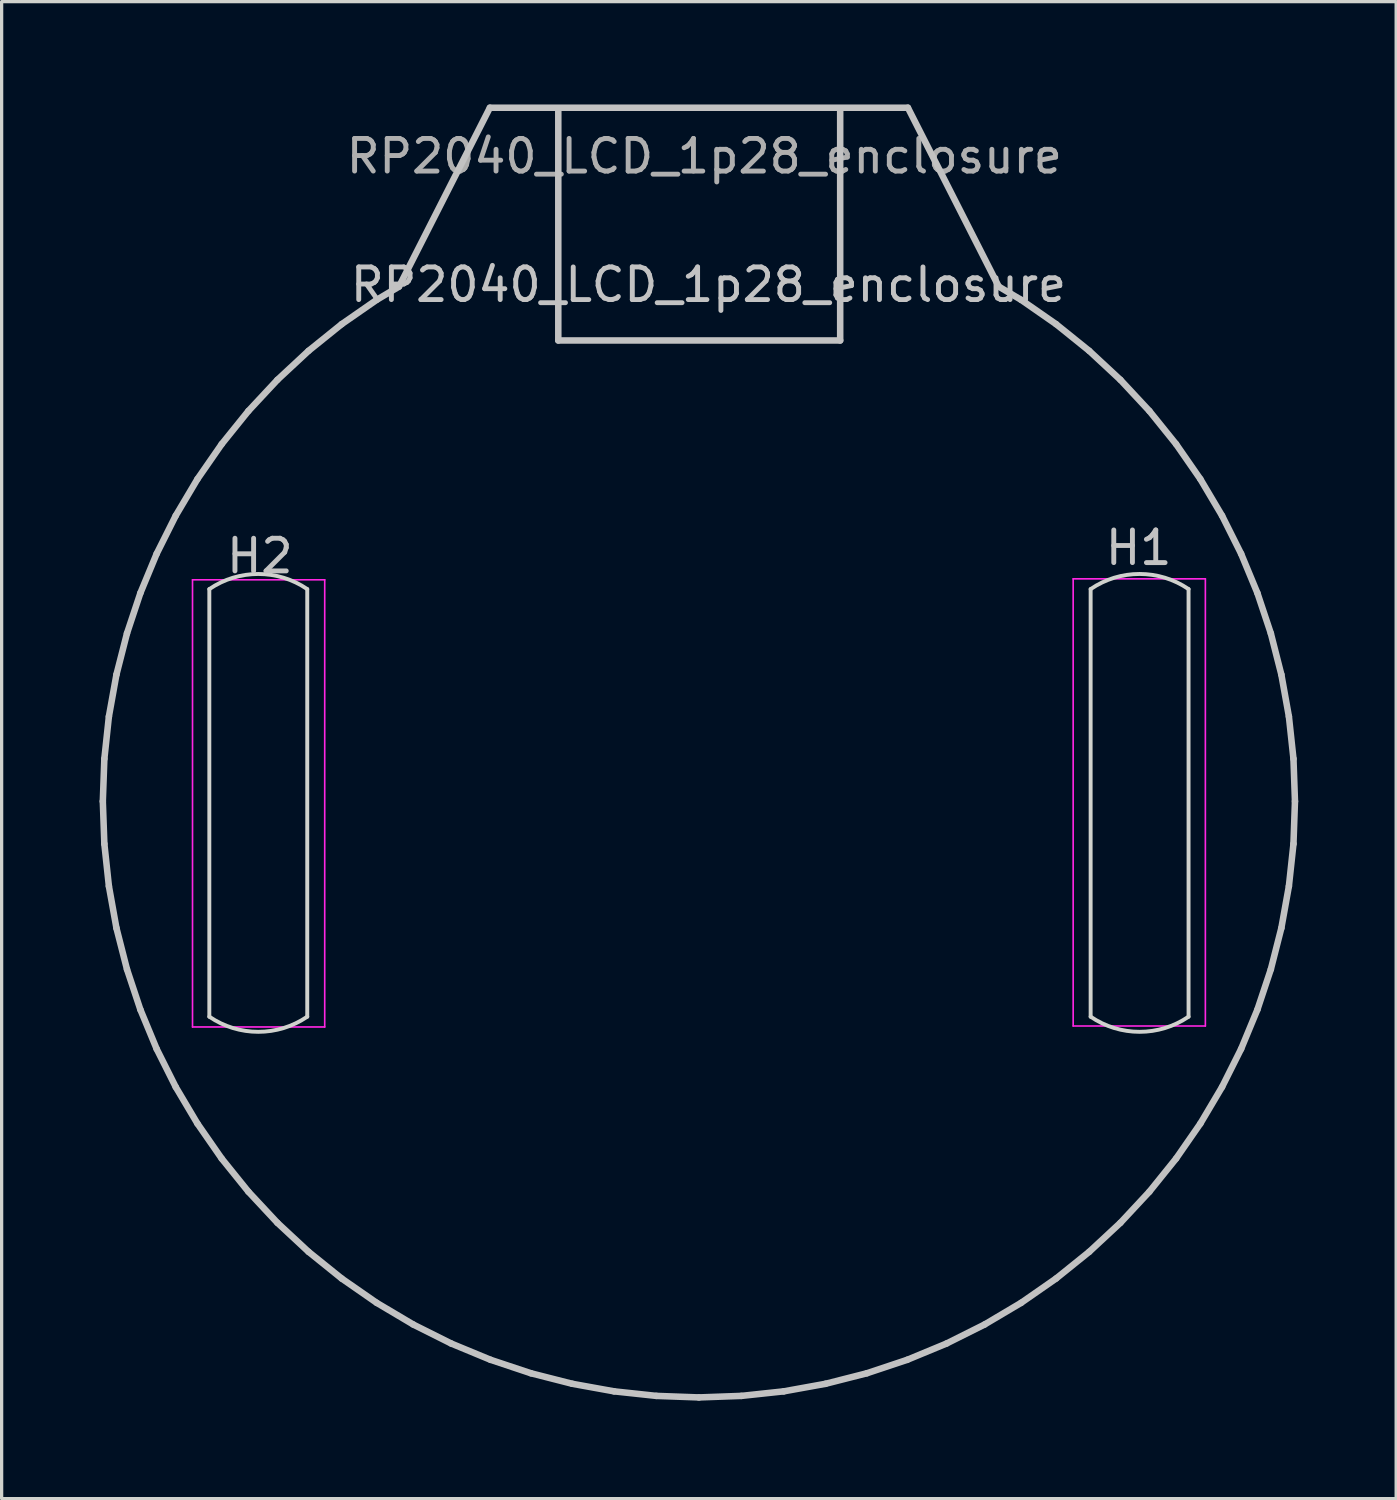
<source format=kicad_pcb>
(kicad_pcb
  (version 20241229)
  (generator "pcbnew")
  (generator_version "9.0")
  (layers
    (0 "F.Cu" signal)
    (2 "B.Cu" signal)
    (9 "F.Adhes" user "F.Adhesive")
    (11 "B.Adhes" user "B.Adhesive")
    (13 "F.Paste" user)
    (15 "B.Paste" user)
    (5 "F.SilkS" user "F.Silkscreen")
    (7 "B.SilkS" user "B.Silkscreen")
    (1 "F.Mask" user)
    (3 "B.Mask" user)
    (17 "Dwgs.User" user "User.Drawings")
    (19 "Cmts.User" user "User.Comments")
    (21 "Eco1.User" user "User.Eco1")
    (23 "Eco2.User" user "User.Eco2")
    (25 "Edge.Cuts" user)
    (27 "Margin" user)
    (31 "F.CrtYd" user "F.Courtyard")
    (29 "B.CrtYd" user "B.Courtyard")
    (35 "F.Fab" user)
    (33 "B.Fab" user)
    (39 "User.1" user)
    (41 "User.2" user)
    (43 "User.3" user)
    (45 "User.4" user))
  (footprint "RP2040_LCD_1p28_enclosure"
    (layer "F.Cu")
    (at 11.958 0.25)
    (property "Reference" "RP2040_LCD_1p28_enclosure" (at 6.697 5.423 0) (unlocked yes) (layer "Dwgs.User") (effects (font (size 1 1) (thickness 0.15))))
    (attr through_hole)
    (fp_line (start -11.858 21.25) (end -11.811 19.947) (stroke (width 0.2) (type solid)) (layer "Dwgs.User"))
    (fp_line (start -11.811 19.947) (end -11.672 18.651) (stroke (width 0.2) (type solid)) (layer "Dwgs.User"))
    (fp_line (start -11.811 22.553) (end -11.858 21.25) (stroke (width 0.2) (type solid)) (layer "Dwgs.User"))
    (fp_line (start -11.672 18.651) (end -11.441 17.368) (stroke (width 0.2) (type solid)) (layer "Dwgs.User"))
    (fp_line (start -11.672 23.849) (end -11.811 22.553) (stroke (width 0.2) (type solid)) (layer "Dwgs.User"))
    (fp_line (start -11.441 17.368) (end -11.118 16.105) (stroke (width 0.2) (type solid)) (layer "Dwgs.User"))
    (fp_line (start -11.441 25.132) (end -11.672 23.849) (stroke (width 0.2) (type solid)) (layer "Dwgs.User"))
    (fp_line (start -11.118 16.105) (end -10.707 14.868) (stroke (width 0.2) (type solid)) (layer "Dwgs.User"))
    (fp_line (start -11.118 26.395) (end -11.441 25.132) (stroke (width 0.2) (type solid)) (layer "Dwgs.User"))
    (fp_line (start -10.707 14.868) (end -10.208 13.664) (stroke (width 0.2) (type solid)) (layer "Dwgs.User"))
    (fp_line (start -10.707 27.632) (end -11.118 26.395) (stroke (width 0.2) (type solid)) (layer "Dwgs.User"))
    (fp_line (start -10.208 13.664) (end -9.624 12.498) (stroke (width 0.2) (type solid)) (layer "Dwgs.User"))
    (fp_line (start -10.208 28.836) (end -10.707 27.632) (stroke (width 0.2) (type solid)) (layer "Dwgs.User"))
    (fp_line (start -9.624 12.498) (end -8.959 11.377) (stroke (width 0.2) (type solid)) (layer "Dwgs.User"))
    (fp_line (start -9.624 30.002) (end -10.208 28.836) (stroke (width 0.2) (type solid)) (layer "Dwgs.User"))
    (fp_line (start -8.959 11.377) (end -8.216 10.306) (stroke (width 0.2) (type solid)) (layer "Dwgs.User"))
    (fp_line (start -8.959 31.123) (end -9.624 30.002) (stroke (width 0.2) (type solid)) (layer "Dwgs.User"))
    (fp_line (start -8.216 10.306) (end -7.398 9.291) (stroke (width 0.2) (type solid)) (layer "Dwgs.User"))
    (fp_line (start -8.216 32.194) (end -8.959 31.123) (stroke (width 0.2) (type solid)) (layer "Dwgs.User"))
    (fp_line (start -7.398 9.291) (end -6.509 8.337) (stroke (width 0.2) (type solid)) (layer "Dwgs.User"))
    (fp_line (start -7.398 33.209) (end -8.216 32.194) (stroke (width 0.2) (type solid)) (layer "Dwgs.User"))
    (fp_line (start -6.509 8.337) (end -5.555 7.449) (stroke (width 0.2) (type solid)) (layer "Dwgs.User"))
    (fp_line (start -6.509 34.163) (end -7.398 33.209) (stroke (width 0.2) (type solid)) (layer "Dwgs.User"))
    (fp_line (start -5.555 7.449) (end -4.54 6.631) (stroke (width 0.2) (type solid)) (layer "Dwgs.User"))
    (fp_line (start -5.555 35.051) (end -6.509 34.163) (stroke (width 0.2) (type solid)) (layer "Dwgs.User"))
    (fp_line (start -4.54 6.631) (end -3.469 5.887) (stroke (width 0.2) (type solid)) (layer "Dwgs.User"))
    (fp_line (start -4.54 35.869) (end -5.555 35.051) (stroke (width 0.2) (type solid)) (layer "Dwgs.User"))
    (fp_line (start -3.469 5.887) (end -2.784 5.481) (stroke (width 0.2) (type solid)) (layer "Dwgs.User"))
    (fp_line (start -3.469 36.613) (end -4.54 35.869) (stroke (width 0.2) (type solid)) (layer "Dwgs.User"))
    (fp_line (start -2.784 5.481) (end 0 0) (stroke (width 0.2) (type solid)) (layer "Dwgs.User"))
    (fp_line (start -2.348 37.278) (end -3.469 36.613) (stroke (width 0.2) (type solid)) (layer "Dwgs.User"))
    (fp_line (start -1.183 37.861) (end -2.348 37.278) (stroke (width 0.2) (type solid)) (layer "Dwgs.User"))
    (fp_line (start 0 0) (end 12.807 0) (stroke (width 0.2) (type solid)) (layer "Dwgs.User"))
    (fp_line (start 0.022 38.36) (end -1.183 37.861) (stroke (width 0.2) (type solid)) (layer "Dwgs.User"))
    (fp_line (start 1.259 38.772) (end 0.022 38.36) (stroke (width 0.2) (type solid)) (layer "Dwgs.User"))
    (fp_line (start 2.096 7.131) (end 2.096 0.019) (stroke (width 0.2) (type solid)) (layer "Dwgs.User"))
    (fp_line (start 2.522 39.094) (end 1.259 38.772) (stroke (width 0.2) (type solid)) (layer "Dwgs.User"))
    (fp_line (start 3.805 39.326) (end 2.522 39.094) (stroke (width 0.2) (type solid)) (layer "Dwgs.User"))
    (fp_line (start 5.101 39.465) (end 3.805 39.326) (stroke (width 0.2) (type solid)) (layer "Dwgs.User"))
    (fp_line (start 6.404 39.512) (end 5.101 39.465) (stroke (width 0.2) (type solid)) (layer "Dwgs.User"))
    (fp_line (start 7.706 39.465) (end 6.404 39.512) (stroke (width 0.2) (type solid)) (layer "Dwgs.User"))
    (fp_line (start 9.003 39.326) (end 7.706 39.465) (stroke (width 0.2) (type solid)) (layer "Dwgs.User"))
    (fp_line (start 10.285 39.094) (end 9.003 39.326) (stroke (width 0.2) (type solid)) (layer "Dwgs.User"))
    (fp_line (start 10.732 0.019) (end 10.732 7.131) (stroke (width 0.2) (type solid)) (layer "Dwgs.User"))
    (fp_line (start 10.732 7.131) (end 2.096 7.131) (stroke (width 0.2) (type solid)) (layer "Dwgs.User"))
    (fp_line (start 11.549 38.772) (end 10.285 39.094) (stroke (width 0.2) (type solid)) (layer "Dwgs.User"))
    (fp_line (start 12.785 38.36) (end 11.549 38.772) (stroke (width 0.2) (type solid)) (layer "Dwgs.User"))
    (fp_line (start 12.807 0) (end 15.589 5.479) (stroke (width 0.2) (type solid)) (layer "Dwgs.User"))
    (fp_line (start 13.99 37.861) (end 12.785 38.36) (stroke (width 0.2) (type solid)) (layer "Dwgs.User"))
    (fp_line (start 15.156 37.278) (end 13.99 37.861) (stroke (width 0.2) (type solid)) (layer "Dwgs.User"))
    (fp_line (start 15.589 5.479) (end 16.277 5.887) (stroke (width 0.2) (type solid)) (layer "Dwgs.User"))
    (fp_line (start 16.277 5.887) (end 17.347 6.631) (stroke (width 0.2) (type solid)) (layer "Dwgs.User"))
    (fp_line (start 16.277 36.613) (end 15.156 37.278) (stroke (width 0.2) (type solid)) (layer "Dwgs.User"))
    (fp_line (start 17.347 6.631) (end 18.362 7.449) (stroke (width 0.2) (type solid)) (layer "Dwgs.User"))
    (fp_line (start 17.347 35.869) (end 16.277 36.613) (stroke (width 0.2) (type solid)) (layer "Dwgs.User"))
    (fp_line (start 18.362 7.449) (end 19.317 8.337) (stroke (width 0.2) (type solid)) (layer "Dwgs.User"))
    (fp_line (start 18.362 35.051) (end 17.347 35.869) (stroke (width 0.2) (type solid)) (layer "Dwgs.User"))
    (fp_line (start 19.317 8.337) (end 20.205 9.291) (stroke (width 0.2) (type solid)) (layer "Dwgs.User"))
    (fp_line (start 19.317 34.163) (end 18.362 35.051) (stroke (width 0.2) (type solid)) (layer "Dwgs.User"))
    (fp_line (start 20.205 9.291) (end 21.023 10.306) (stroke (width 0.2) (type solid)) (layer "Dwgs.User"))
    (fp_line (start 20.205 33.209) (end 19.317 34.163) (stroke (width 0.2) (type solid)) (layer "Dwgs.User"))
    (fp_line (start 21.023 10.306) (end 21.766 11.377) (stroke (width 0.2) (type solid)) (layer "Dwgs.User"))
    (fp_line (start 21.023 32.194) (end 20.205 33.209) (stroke (width 0.2) (type solid)) (layer "Dwgs.User"))
    (fp_line (start 21.766 11.377) (end 22.431 12.498) (stroke (width 0.2) (type solid)) (layer "Dwgs.User"))
    (fp_line (start 21.766 31.123) (end 21.023 32.194) (stroke (width 0.2) (type solid)) (layer "Dwgs.User"))
    (fp_line (start 22.431 12.498) (end 23.015 13.664) (stroke (width 0.2) (type solid)) (layer "Dwgs.User"))
    (fp_line (start 22.431 30.002) (end 21.766 31.123) (stroke (width 0.2) (type solid)) (layer "Dwgs.User"))
    (fp_line (start 23.015 13.664) (end 23.514 14.868) (stroke (width 0.2) (type solid)) (layer "Dwgs.User"))
    (fp_line (start 23.015 28.836) (end 22.431 30.002) (stroke (width 0.2) (type solid)) (layer "Dwgs.User"))
    (fp_line (start 23.514 14.868) (end 23.926 16.105) (stroke (width 0.2) (type solid)) (layer "Dwgs.User"))
    (fp_line (start 23.514 27.632) (end 23.015 28.836) (stroke (width 0.2) (type solid)) (layer "Dwgs.User"))
    (fp_line (start 23.926 16.105) (end 24.248 17.368) (stroke (width 0.2) (type solid)) (layer "Dwgs.User"))
    (fp_line (start 23.926 26.395) (end 23.514 27.632) (stroke (width 0.2) (type solid)) (layer "Dwgs.User"))
    (fp_line (start 24.248 17.368) (end 24.479 18.651) (stroke (width 0.2) (type solid)) (layer "Dwgs.User"))
    (fp_line (start 24.248 25.132) (end 23.926 26.395) (stroke (width 0.2) (type solid)) (layer "Dwgs.User"))
    (fp_line (start 24.479 18.651) (end 24.619 19.947) (stroke (width 0.2) (type solid)) (layer "Dwgs.User"))
    (fp_line (start 24.479 23.849) (end 24.248 25.132) (stroke (width 0.2) (type solid)) (layer "Dwgs.User"))
    (fp_line (start 24.619 19.947) (end 24.665 21.25) (stroke (width 0.2) (type solid)) (layer "Dwgs.User"))
    (fp_line (start 24.619 22.553) (end 24.479 23.849) (stroke (width 0.2) (type solid)) (layer "Dwgs.User"))
    (fp_line (start 24.665 21.25) (end 24.619 22.553) (stroke (width 0.2) (type solid)) (layer "Dwgs.User"))
    (fp_line (start -8.595 27.848) (end -8.595 14.748) (stroke (width 0.12) (type solid)) (layer "Edge.Cuts"))
    (fp_line (start -5.595 14.748) (end -5.595 27.848) (stroke (width 0.12) (type solid)) (layer "Edge.Cuts"))
    (fp_line (start 18.405 27.848) (end 18.405 14.748) (stroke (width 0.12) (type solid)) (layer "Edge.Cuts"))
    (fp_line (start 21.405 14.748) (end 21.405 27.848) (stroke (width 0.12) (type solid)) (layer "Edge.Cuts"))
    (fp_arc (start -8.595105 14.747877) (mid -7.095108 14.28445) (end -5.595111 14.747877) (stroke (width 0.12) (type solid)) (layer "Edge.Cuts"))
    (fp_arc (start -5.595111 27.847927) (mid -7.095108 28.311352) (end -8.595105 27.847927) (stroke (width 0.12) (type solid)) (layer "Edge.Cuts"))
    (fp_arc (start 18.405147 14.747778) (mid 19.905144 14.284351) (end 21.405141 14.747778) (stroke (width 0.12) (type solid)) (layer "Edge.Cuts"))
    (fp_arc (start 21.405141 27.847828) (mid 19.905144 28.311255) (end 18.405147 27.847828) (stroke (width 0.12) (type solid)) (layer "Edge.Cuts"))
    (fp_line (start -9.11 14.463) (end -5.06 14.463) (stroke (width 0.05) (type solid)) (layer "F.CrtYd"))
    (fp_line (start -9.11 28.163) (end -9.11 14.463) (stroke (width 0.05) (type solid)) (layer "F.CrtYd"))
    (fp_line (start -5.06 14.463) (end -5.06 28.163) (stroke (width 0.05) (type solid)) (layer "F.CrtYd"))
    (fp_line (start -5.06 28.163) (end -9.11 28.163) (stroke (width 0.05) (type solid)) (layer "F.CrtYd"))
    (fp_line (start 17.87 14.433) (end 21.92 14.433) (stroke (width 0.05) (type solid)) (layer "F.CrtYd"))
    (fp_line (start 17.87 28.133) (end 17.87 14.433) (stroke (width 0.05) (type solid)) (layer "F.CrtYd"))
    (fp_line (start 21.92 14.433) (end 21.92 28.133) (stroke (width 0.05) (type solid)) (layer "F.CrtYd"))
    (fp_line (start 21.92 28.133) (end 17.87 28.133) (stroke (width 0.05) (type solid)) (layer "F.CrtYd"))
    (fp_text user "H1" (at 19.876 13.481 0) (unlocked yes) (layer "Dwgs.User") (effects (font (size 1 1) (thickness 0.15))))
    (fp_text user "H2" (at -7.048 13.735 0) (unlocked yes) (layer "Dwgs.User") (effects (font (size 1 1) (thickness 0.15))))
    (fp_text user "${REFERENCE}" (at 6.57 1.486 0) (unlocked yes) (layer "F.Fab") (effects (font (size 1 1) (thickness 0.15)))))
  (gr_rect
    (start -3 -3)
    (end 39.723 42.862)
    (stroke (width 0.1) (type default))
    (fill no)
    (layer "Edge.Cuts")))
</source>
